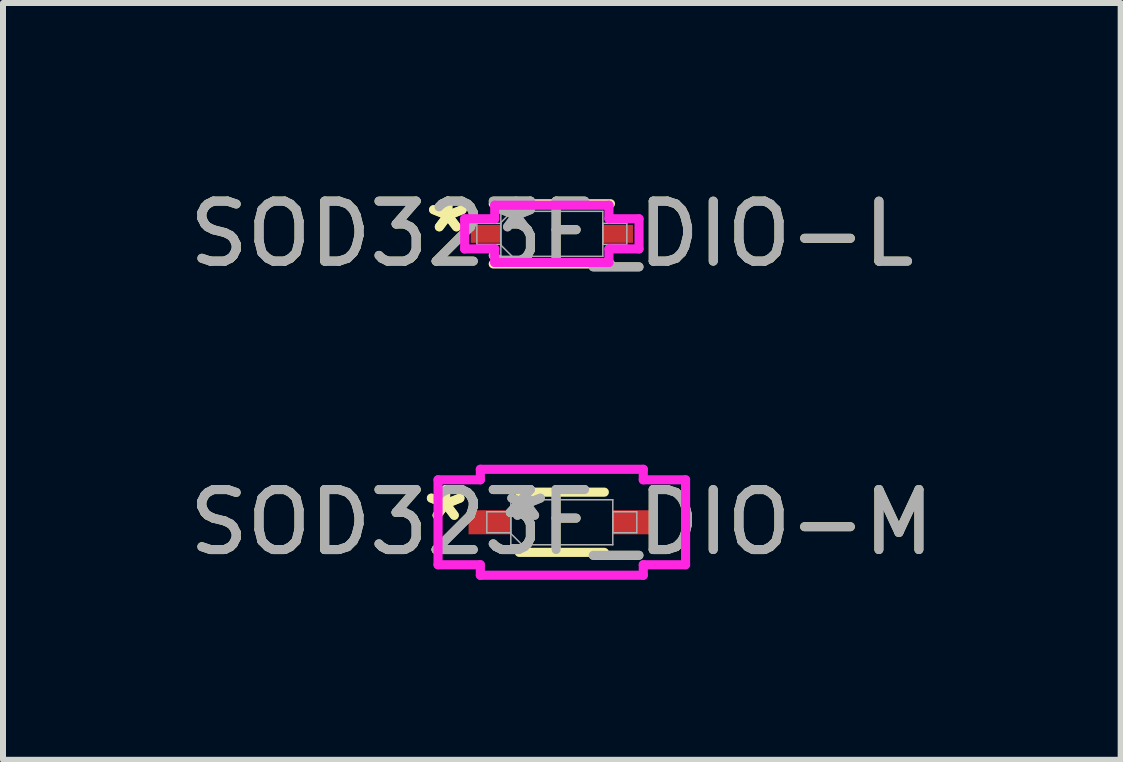
<source format=kicad_pcb>
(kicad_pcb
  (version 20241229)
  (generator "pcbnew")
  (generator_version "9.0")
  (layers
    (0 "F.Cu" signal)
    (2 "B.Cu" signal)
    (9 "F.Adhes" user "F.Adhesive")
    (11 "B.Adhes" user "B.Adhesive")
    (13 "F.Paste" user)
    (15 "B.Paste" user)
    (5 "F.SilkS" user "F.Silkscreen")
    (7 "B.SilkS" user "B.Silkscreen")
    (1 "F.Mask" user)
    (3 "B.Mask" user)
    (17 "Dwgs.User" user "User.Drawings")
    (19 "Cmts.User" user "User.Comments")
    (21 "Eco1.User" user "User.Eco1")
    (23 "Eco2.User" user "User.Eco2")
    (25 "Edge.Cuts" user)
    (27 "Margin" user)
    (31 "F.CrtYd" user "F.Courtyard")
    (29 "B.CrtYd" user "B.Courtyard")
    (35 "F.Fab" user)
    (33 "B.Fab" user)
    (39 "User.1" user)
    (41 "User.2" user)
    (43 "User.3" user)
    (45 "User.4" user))
  (footprint "SOD323F_DIO-M"
    (layer "F.Cu")
    (at 6.315 5.656)
    (property "Reference" "SOD323F_DIO-M" (at 0 0 0) (unlocked yes) (layer "F.SilkS") (effects (font (size 1 1) (thickness 0.15))))
    (attr smd)
    (fp_line (start -0.709 0.502) (end 0.709 0.502) (stroke (width 0.152) (type solid)) (layer "F.SilkS"))
    (fp_line (start 0.709 -0.502) (end -0.709 -0.502) (stroke (width 0.152) (type solid)) (layer "F.SilkS"))
    (fp_line (start -2.063 -0.708) (end -1.358 -0.708) (stroke (width 0.152) (type solid)) (layer "F.CrtYd"))
    (fp_line (start -2.063 0.708) (end -2.063 -0.708) (stroke (width 0.152) (type solid)) (layer "F.CrtYd"))
    (fp_line (start -1.358 -0.883) (end 1.358 -0.883) (stroke (width 0.152) (type solid)) (layer "F.CrtYd"))
    (fp_line (start -1.358 -0.708) (end -1.358 -0.883) (stroke (width 0.152) (type solid)) (layer "F.CrtYd"))
    (fp_line (start -1.358 0.708) (end -2.063 0.708) (stroke (width 0.152) (type solid)) (layer "F.CrtYd"))
    (fp_line (start -1.358 0.883) (end -1.358 0.708) (stroke (width 0.152) (type solid)) (layer "F.CrtYd"))
    (fp_line (start 1.358 -0.883) (end 1.358 -0.708) (stroke (width 0.152) (type solid)) (layer "F.CrtYd"))
    (fp_line (start 1.358 -0.708) (end 2.063 -0.708) (stroke (width 0.152) (type solid)) (layer "F.CrtYd"))
    (fp_line (start 1.358 0.708) (end 1.358 0.883) (stroke (width 0.152) (type solid)) (layer "F.CrtYd"))
    (fp_line (start 1.358 0.883) (end -1.358 0.883) (stroke (width 0.152) (type solid)) (layer "F.CrtYd"))
    (fp_line (start 2.063 -0.708) (end 2.063 0.708) (stroke (width 0.152) (type solid)) (layer "F.CrtYd"))
    (fp_line (start 2.063 0.708) (end 1.358 0.708) (stroke (width 0.152) (type solid)) (layer "F.CrtYd"))
    (fp_line (start -1.25 -0.175) (end -1.25 0.175) (stroke (width 0.025) (type solid)) (layer "F.Fab"))
    (fp_line (start -1.25 0.175) (end -0.85 0.175) (stroke (width 0.025) (type solid)) (layer "F.Fab"))
    (fp_line (start -0.85 -0.375) (end -0.85 0.375) (stroke (width 0.025) (type solid)) (layer "F.Fab"))
    (fp_line (start -0.85 -0.188) (end -0.662 -0.375) (stroke (width 0.025) (type solid)) (layer "F.Fab"))
    (fp_line (start -0.85 -0.175) (end -1.25 -0.175) (stroke (width 0.025) (type solid)) (layer "F.Fab"))
    (fp_line (start -0.85 0.175) (end -0.85 -0.175) (stroke (width 0.025) (type solid)) (layer "F.Fab"))
    (fp_line (start -0.85 0.188) (end -0.662 0.375) (stroke (width 0.025) (type solid)) (layer "F.Fab"))
    (fp_line (start -0.85 0.375) (end 0.85 0.375) (stroke (width 0.025) (type solid)) (layer "F.Fab"))
    (fp_line (start 0.85 -0.375) (end -0.85 -0.375) (stroke (width 0.025) (type solid)) (layer "F.Fab"))
    (fp_line (start 0.85 -0.175) (end 0.85 0.175) (stroke (width 0.025) (type solid)) (layer "F.Fab"))
    (fp_line (start 0.85 0.175) (end 1.25 0.175) (stroke (width 0.025) (type solid)) (layer "F.Fab"))
    (fp_line (start 0.85 0.375) (end 0.85 -0.375) (stroke (width 0.025) (type solid)) (layer "F.Fab"))
    (fp_line (start 1.25 -0.175) (end 0.85 -0.175) (stroke (width 0.025) (type solid)) (layer "F.Fab"))
    (fp_line (start 1.25 0.175) (end 1.25 -0.175) (stroke (width 0.025) (type solid)) (layer "F.Fab"))
    (fp_text user "*" (at -1.936 0 0) (unlocked yes) (layer "F.SilkS") (effects (font (size 1 1) (thickness 0.15))))
    (fp_text user "*" (at -1.936 0 0) (layer "F.SilkS") (effects (font (size 1 1) (thickness 0.15))))
    (fp_text user "*" (at -0.596 0 0) (unlocked yes) (layer "F.Fab") (effects (font (size 1 1) (thickness 0.15))))
    (fp_text user "${REFERENCE}" (at 0 0 0) (unlocked yes) (layer "F.Fab") (effects (font (size 1 1) (thickness 0.15))))
    (fp_text user "*" (at -0.596 0 0) (layer "F.Fab") (effects (font (size 1 1) (thickness 0.15))))
    (pad "1" smd rect (at -1.202 0) (size 0.705 0.401) (layers "F.Cu" "F.Mask" "F.Paste"))
    (pad "2" smd rect (at 1.202 0) (size 0.705 0.401) (layers "F.Cu" "F.Mask" "F.Paste"))
    (zone (net_name "") (layer "F.Cu") (hatch full 0.508) (connect_pads) (min_thickness 0.254) (filled_areas_thickness no) (keepout (tracks not_allowed) (vias not_allowed) (pads allowed) (copperpour not_allowed) (footprints allowed)) (placement (enabled no)) (fill) (polygon (pts (xy 5.516 5.332) (xy 7.115 5.332) (xy 7.115 5.98) (xy 5.516 5.98)))))
  (footprint "SOD323F_DIO-L"
    (layer "F.Cu")
    (at 6.149 0.848)
    (property "Reference" "SOD323F_DIO-L" (at 0 0 0) (unlocked yes) (layer "F.SilkS") (effects (font (size 1 1) (thickness 0.15))))
    (attr smd)
    (fp_line (start -0.977 0.502) (end 0.977 0.502) (stroke (width 0.152) (type solid)) (layer "F.SilkS"))
    (fp_line (start 0.977 -0.502) (end -0.977 -0.502) (stroke (width 0.152) (type solid)) (layer "F.SilkS"))
    (fp_line (start -1.453 -0.251) (end -0.952 -0.251) (stroke (width 0.152) (type solid)) (layer "F.CrtYd"))
    (fp_line (start -1.453 0.251) (end -1.453 -0.251) (stroke (width 0.152) (type solid)) (layer "F.CrtYd"))
    (fp_line (start -0.952 -0.477) (end 0.952 -0.477) (stroke (width 0.152) (type solid)) (layer "F.CrtYd"))
    (fp_line (start -0.952 -0.251) (end -0.952 -0.477) (stroke (width 0.152) (type solid)) (layer "F.CrtYd"))
    (fp_line (start -0.952 0.251) (end -1.453 0.251) (stroke (width 0.152) (type solid)) (layer "F.CrtYd"))
    (fp_line (start -0.952 0.477) (end -0.952 0.251) (stroke (width 0.152) (type solid)) (layer "F.CrtYd"))
    (fp_line (start 0.952 -0.477) (end 0.952 -0.251) (stroke (width 0.152) (type solid)) (layer "F.CrtYd"))
    (fp_line (start 0.952 -0.251) (end 1.453 -0.251) (stroke (width 0.152) (type solid)) (layer "F.CrtYd"))
    (fp_line (start 0.952 0.251) (end 0.952 0.477) (stroke (width 0.152) (type solid)) (layer "F.CrtYd"))
    (fp_line (start 0.952 0.477) (end -0.952 0.477) (stroke (width 0.152) (type solid)) (layer "F.CrtYd"))
    (fp_line (start 1.453 -0.251) (end 1.453 0.251) (stroke (width 0.152) (type solid)) (layer "F.CrtYd"))
    (fp_line (start 1.453 0.251) (end 0.952 0.251) (stroke (width 0.152) (type solid)) (layer "F.CrtYd"))
    (fp_line (start -1.25 -0.175) (end -1.25 0.175) (stroke (width 0.025) (type solid)) (layer "F.Fab"))
    (fp_line (start -1.25 0.175) (end -0.85 0.175) (stroke (width 0.025) (type solid)) (layer "F.Fab"))
    (fp_line (start -0.85 -0.375) (end -0.85 0.375) (stroke (width 0.025) (type solid)) (layer "F.Fab"))
    (fp_line (start -0.85 -0.188) (end -0.662 -0.375) (stroke (width 0.025) (type solid)) (layer "F.Fab"))
    (fp_line (start -0.85 -0.175) (end -1.25 -0.175) (stroke (width 0.025) (type solid)) (layer "F.Fab"))
    (fp_line (start -0.85 0.175) (end -0.85 -0.175) (stroke (width 0.025) (type solid)) (layer "F.Fab"))
    (fp_line (start -0.85 0.188) (end -0.662 0.375) (stroke (width 0.025) (type solid)) (layer "F.Fab"))
    (fp_line (start -0.85 0.375) (end 0.85 0.375) (stroke (width 0.025) (type solid)) (layer "F.Fab"))
    (fp_line (start 0.85 -0.375) (end -0.85 -0.375) (stroke (width 0.025) (type solid)) (layer "F.Fab"))
    (fp_line (start 0.85 -0.175) (end 0.85 0.175) (stroke (width 0.025) (type solid)) (layer "F.Fab"))
    (fp_line (start 0.85 0.175) (end 1.25 0.175) (stroke (width 0.025) (type solid)) (layer "F.Fab"))
    (fp_line (start 0.85 0.375) (end 0.85 -0.375) (stroke (width 0.025) (type solid)) (layer "F.Fab"))
    (fp_line (start 1.25 -0.175) (end 0.85 -0.175) (stroke (width 0.025) (type solid)) (layer "F.Fab"))
    (fp_line (start 1.25 0.175) (end 1.25 -0.175) (stroke (width 0.025) (type solid)) (layer "F.Fab"))
    (fp_text user "*" (at -1.733 0 0) (unlocked yes) (layer "F.SilkS") (effects (font (size 1 1) (thickness 0.15))))
    (fp_text user "*" (at -1.733 0 0) (layer "F.SilkS") (effects (font (size 1 1) (thickness 0.15))))
    (fp_text user "*" (at -0.596 0 0) (layer "F.Fab") (effects (font (size 1 1) (thickness 0.15))))
    (fp_text user "${REFERENCE}" (at 0 0 0) (unlocked yes) (layer "F.Fab") (effects (font (size 1 1) (thickness 0.15))))
    (fp_text user "*" (at -0.596 0 0) (unlocked yes) (layer "F.Fab") (effects (font (size 1 1) (thickness 0.15))))
    (pad "1" smd rect (at -1.101 0) (size 0.502 0.299) (layers "F.Cu" "F.Mask" "F.Paste"))
    (pad "2" smd rect (at 1.101 0) (size 0.502 0.299) (layers "F.Cu" "F.Mask" "F.Paste"))
    (zone (net_name "") (layer "F.Cu") (hatch full 0.508) (connect_pads) (min_thickness 0.254) (filled_areas_thickness no) (keepout (tracks not_allowed) (vias not_allowed) (pads allowed) (copperpour not_allowed) (footprints allowed)) (placement (enabled no)) (fill) (polygon (pts (xy 5.35 0.524) (xy 6.948 0.524) (xy 6.948 1.172) (xy 5.35 1.172)))))
  (gr_rect
    (start -3 -3)
    (end 15.631 9.615)
    (stroke (width 0.1) (type default))
    (fill no)
    (layer "Edge.Cuts")))
</source>
